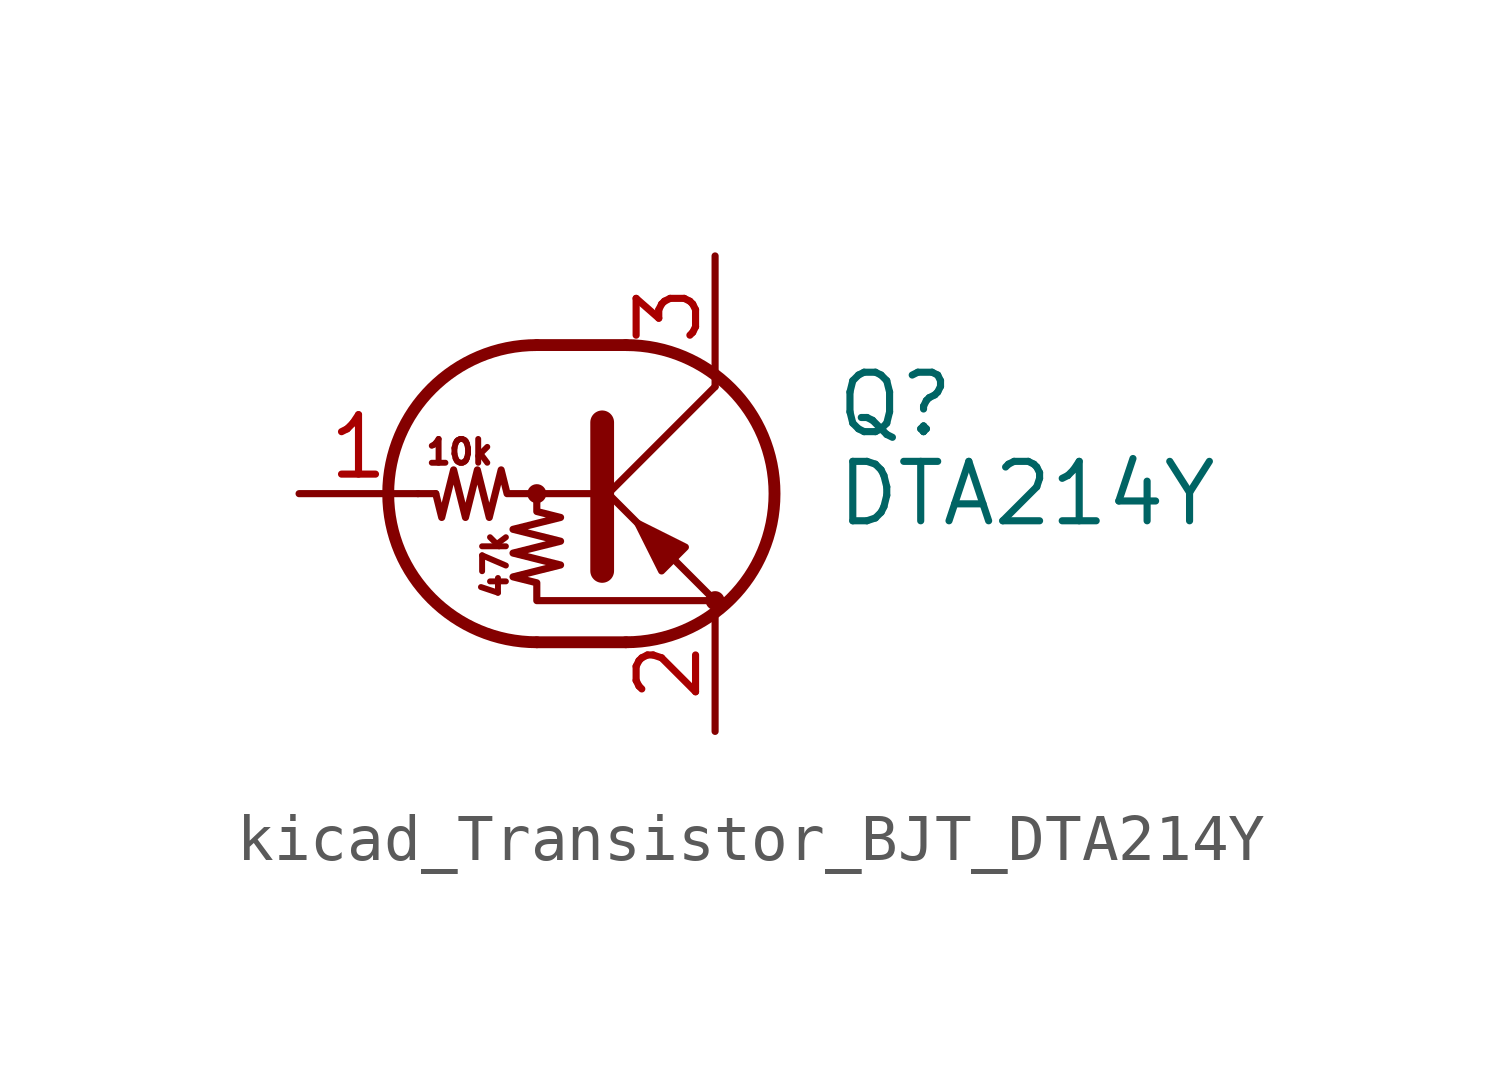
<source format=kicad_sym>
(kicad_symbol_lib
  (version 20220914)
  (generator kicad_symbol_editor)
  (symbol "kicad_Transistor_BJT_DTA214Y"
    (pin_names
      (offset 0) hide)
    (property "Reference" "Q"
      (at 5.08 1.905 0)
      (effects (font (size 1.27 1.27)) (justify left)))
    (property "Value" "DTA214Y"
      (at 5.08 0 0)
      (effects (font (size 1.27 1.27)) (justify left)))
    (symbol "kicad_Transistor_BJT_DTA214Y_0_0"
      (text "10k" (at -2.921 0.889 0) (effects (font (size 0.508 0.508))))
      (text "47k" (at -2.159 -1.524 900) (effects (font (size 0.508 0.508)))))
    (symbol "kicad_Transistor_BJT_DTA214Y_0_1"
      (circle (center -1.27 0) (radius 0.127) (stroke (width 0) (type default)) (fill (type none)))
      (arc (start -1.27 3.175) (mid -4.4312 0) (end -1.27 -3.175) (stroke (width 0.254) (type default)) (fill (type none)))
      (polyline (pts (xy -3.429 0) (xy -3.81 0)) (stroke (width 0) (type default)) (fill (type none)))
      (polyline (pts (xy -1.27 -3.175) (xy 0.635 -3.175)) (stroke (width 0.254) (type default)) (fill (type none)))
      (polyline (pts (xy -1.27 3.175) (xy 0.635 3.175)) (stroke (width 0.254) (type default)) (fill (type none)))
      (polyline (pts (xy 0 -0.254) (xy 2.54 2.286)) (stroke (width 0) (type default)) (fill (type none)))
      (polyline (pts (xy 0.127 1.524) (xy 0.127 -1.651)) (stroke (width 0.508) (type default)) (fill (type outline)))
      (polyline (pts (xy 2.54 2.286) (xy 2.54 2.54)) (stroke (width 0) (type default)) (fill (type none)))
      (polyline (pts (xy 2.54 -2.286) (xy 0 0.254) (xy 0 0.254)) (stroke (width 0) (type default)) (fill (type none)))
      (polyline (pts (xy 1.397 -1.651) (xy 1.905 -1.143) (xy 0.889 -0.635) (xy 1.397 -1.651)) (stroke (width 0) (type default)) (fill (type outline)))
      (polyline (pts (xy 0 0) (xy -1.905 0) (xy -2.032 0.508) (xy -2.286 -0.508) (xy -2.54 0.508) (xy -2.794 -0.508) (xy -3.048 0.508) (xy -3.302 -0.508) (xy -3.429 0)) (stroke (width 0) (type default)) (fill (type none)))
      (polyline (pts (xy -1.27 0) (xy -1.27 -0.381) (xy -0.762 -0.508) (xy -1.778 -0.762) (xy -0.762 -1.016) (xy -1.778 -1.27) (xy -0.762 -1.524) (xy -1.778 -1.778) (xy -1.27 -1.905) (xy -1.27 -2.286) (xy 2.54 -2.286)) (stroke (width 0) (type default)) (fill (type none)))
      (arc (start 0.635 -3.175) (mid 3.7962 0) (end 0.635 3.175) (stroke (width 0.254) (type default)) (fill (type none)))
      (circle (center 2.54 -2.286) (radius 0.127) (stroke (width 0) (type default)) (fill (type none))))
    (symbol "kicad_Transistor_BJT_DTA214Y_1_1"
      (pin input line (at -6.35 0 0) (length 2.54) (name "B" (effects (font (size 1.27 1.27)))) (number "1" (effects (font (size 1.27 1.27)))))
      (pin passive line (at 2.54 -5.08 90) (length 2.54) (name "E" (effects (font (size 1.27 1.27)))) (number "2" (effects (font (size 1.27 1.27)))))
      (pin passive line (at 2.54 5.08 270) (length 2.54) (name "C" (effects (font (size 1.27 1.27)))) (number "3" (effects (font (size 1.27 1.27))))))))
</source>
